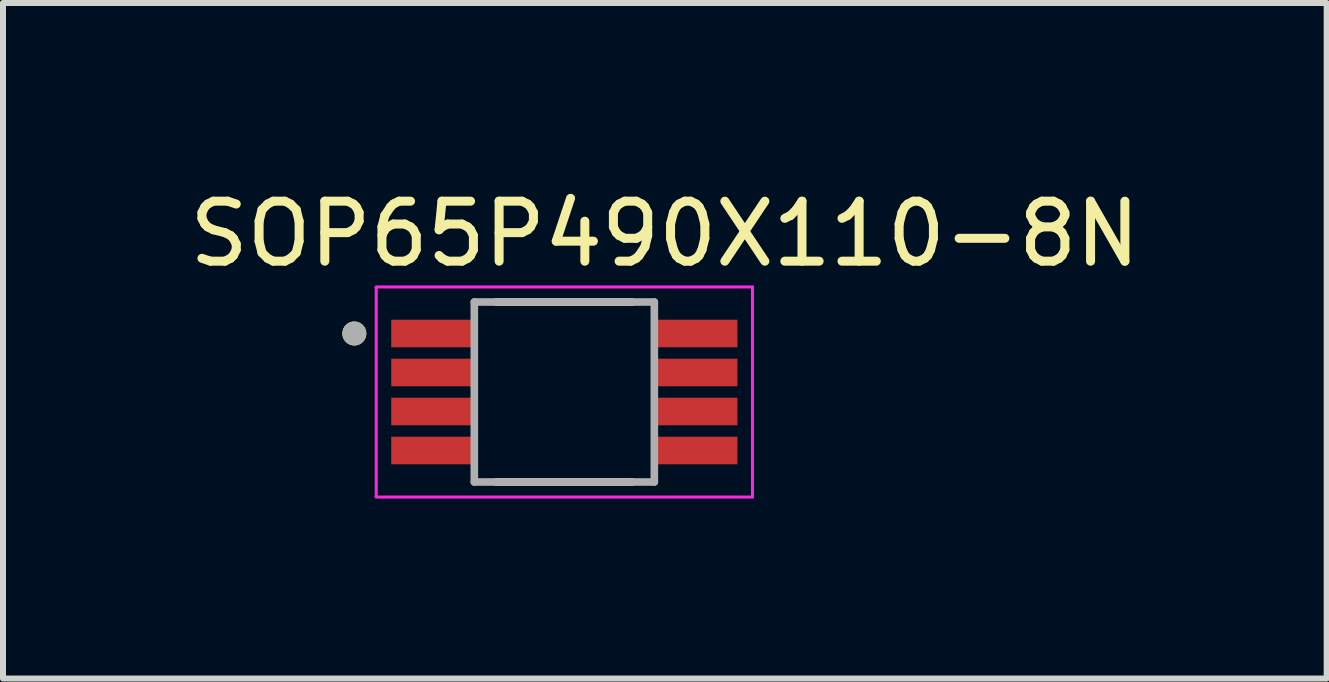
<source format=kicad_pcb>
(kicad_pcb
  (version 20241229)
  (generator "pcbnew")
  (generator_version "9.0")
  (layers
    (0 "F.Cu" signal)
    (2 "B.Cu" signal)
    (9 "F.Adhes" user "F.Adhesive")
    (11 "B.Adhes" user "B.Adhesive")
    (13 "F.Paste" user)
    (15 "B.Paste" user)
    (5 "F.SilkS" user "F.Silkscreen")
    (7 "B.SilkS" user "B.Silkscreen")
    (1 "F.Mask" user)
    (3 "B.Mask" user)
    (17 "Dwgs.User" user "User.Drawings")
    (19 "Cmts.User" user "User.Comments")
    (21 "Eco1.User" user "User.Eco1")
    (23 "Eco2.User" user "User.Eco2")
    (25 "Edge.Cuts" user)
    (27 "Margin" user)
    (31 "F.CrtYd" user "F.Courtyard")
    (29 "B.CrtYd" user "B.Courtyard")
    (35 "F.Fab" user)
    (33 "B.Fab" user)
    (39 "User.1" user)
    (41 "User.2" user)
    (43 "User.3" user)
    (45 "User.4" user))
  (footprint "SOP65P490X110-8N"
    (layer "F.Cu")
    (at 6.355 3.483)
    (property "Reference" "SOP65P490X110-8N" (at 1.675 -2.635 0) (layer "F.SilkS") (effects (font (size 1 1) (thickness 0.15))))
    (attr smd)
    (fp_poly (pts (xy -2.935 -1.255) (xy -1.405 -1.255) (xy -1.405 -0.695) (xy -2.935 -0.695)) (stroke (width 0.01) (type solid)) (fill yes) (layer "F.Mask"))
    (fp_poly (pts (xy -2.935 -0.605) (xy -1.405 -0.605) (xy -1.405 -0.045) (xy -2.935 -0.045)) (stroke (width 0.01) (type solid)) (fill yes) (layer "F.Mask"))
    (fp_poly (pts (xy -2.935 0.045) (xy -1.405 0.045) (xy -1.405 0.605) (xy -2.935 0.605)) (stroke (width 0.01) (type solid)) (fill yes) (layer "F.Mask"))
    (fp_poly (pts (xy -2.935 0.695) (xy -1.405 0.695) (xy -1.405 1.255) (xy -2.935 1.255)) (stroke (width 0.01) (type solid)) (fill yes) (layer "F.Mask"))
    (fp_poly (pts (xy 1.405 -1.255) (xy 2.935 -1.255) (xy 2.935 -0.695) (xy 1.405 -0.695)) (stroke (width 0.01) (type solid)) (fill yes) (layer "F.Mask"))
    (fp_poly (pts (xy 1.405 -0.605) (xy 2.935 -0.605) (xy 2.935 -0.045) (xy 1.405 -0.045)) (stroke (width 0.01) (type solid)) (fill yes) (layer "F.Mask"))
    (fp_poly (pts (xy 1.405 0.045) (xy 2.935 0.045) (xy 2.935 0.605) (xy 1.405 0.605)) (stroke (width 0.01) (type solid)) (fill yes) (layer "F.Mask"))
    (fp_poly (pts (xy 1.405 0.695) (xy 2.935 0.695) (xy 2.935 1.255) (xy 1.405 1.255)) (stroke (width 0.01) (type solid)) (fill yes) (layer "F.Mask"))
    (fp_line (start -1.135 -1.5) (end 1.135 -1.5) (stroke (width 0.127) (type solid)) (layer "F.SilkS"))
    (fp_line (start -1.135 1.5) (end 1.135 1.5) (stroke (width 0.127) (type solid)) (layer "F.SilkS"))
    (fp_circle (center -3.5 -0.975) (end -3.4 -0.975) (stroke (width 0.2) (type solid)) (fill no) (layer "F.SilkS"))
    (fp_line (start -3.135 -1.75) (end -3.135 1.75) (stroke (width 0.05) (type solid)) (layer "F.CrtYd"))
    (fp_line (start -3.135 -1.75) (end 3.135 -1.75) (stroke (width 0.05) (type solid)) (layer "F.CrtYd"))
    (fp_line (start -3.135 1.75) (end 3.135 1.75) (stroke (width 0.05) (type solid)) (layer "F.CrtYd"))
    (fp_line (start 3.135 -1.75) (end 3.135 1.75) (stroke (width 0.05) (type solid)) (layer "F.CrtYd"))
    (fp_line (start -1.5 -1.5) (end -1.5 1.5) (stroke (width 0.127) (type solid)) (layer "F.Fab"))
    (fp_line (start -1.5 -1.5) (end 1.5 -1.5) (stroke (width 0.127) (type solid)) (layer "F.Fab"))
    (fp_line (start -1.5 1.5) (end 1.5 1.5) (stroke (width 0.127) (type solid)) (layer "F.Fab"))
    (fp_line (start 1.5 -1.5) (end 1.5 1.5) (stroke (width 0.127) (type solid)) (layer "F.Fab"))
    (fp_circle (center -3.5 -0.975) (end -3.4 -0.975) (stroke (width 0.2) (type solid)) (fill no) (layer "F.Fab"))
    (pad "1" smd rect (at -2.17 -0.975) (size 1.43 0.46) (layers "F.Cu" "F.Paste"))
    (pad "2" smd rect (at -2.17 -0.325) (size 1.43 0.46) (layers "F.Cu" "F.Paste"))
    (pad "3" smd rect (at -2.17 0.325) (size 1.43 0.46) (layers "F.Cu" "F.Paste"))
    (pad "4" smd rect (at -2.17 0.975) (size 1.43 0.46) (layers "F.Cu" "F.Paste"))
    (pad "5" smd rect (at 2.17 0.975) (size 1.43 0.46) (layers "F.Cu" "F.Paste"))
    (pad "6" smd rect (at 2.17 0.325) (size 1.43 0.46) (layers "F.Cu" "F.Paste"))
    (pad "7" smd rect (at 2.17 -0.325) (size 1.43 0.46) (layers "F.Cu" "F.Paste"))
    (pad "8" smd rect (at 2.17 -0.975) (size 1.43 0.46) (layers "F.Cu" "F.Paste")))
  (gr_rect
    (start -3 -3)
    (end 19.06 8.258)
    (stroke (width 0.1) (type default))
    (fill no)
    (layer "Edge.Cuts")))
</source>
